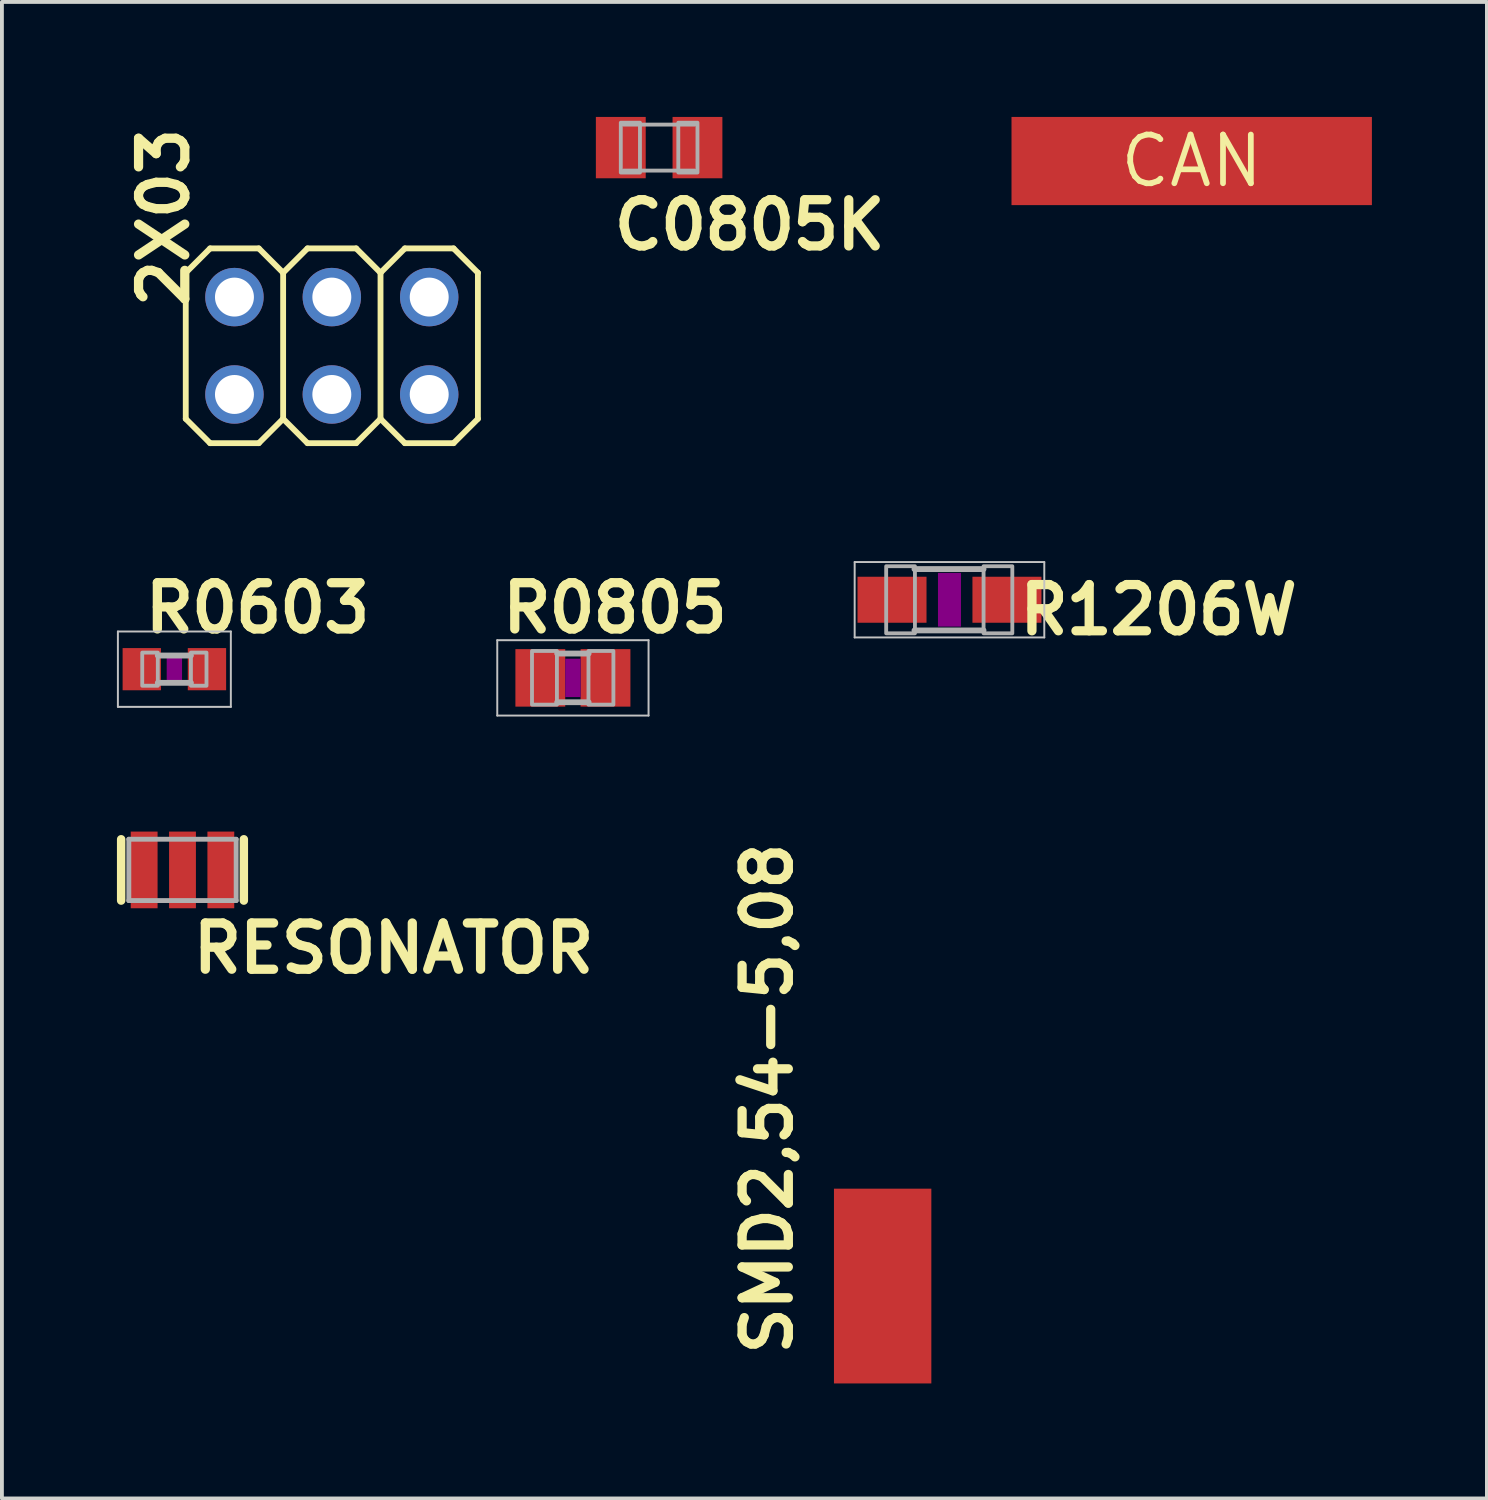
<source format=kicad_pcb>
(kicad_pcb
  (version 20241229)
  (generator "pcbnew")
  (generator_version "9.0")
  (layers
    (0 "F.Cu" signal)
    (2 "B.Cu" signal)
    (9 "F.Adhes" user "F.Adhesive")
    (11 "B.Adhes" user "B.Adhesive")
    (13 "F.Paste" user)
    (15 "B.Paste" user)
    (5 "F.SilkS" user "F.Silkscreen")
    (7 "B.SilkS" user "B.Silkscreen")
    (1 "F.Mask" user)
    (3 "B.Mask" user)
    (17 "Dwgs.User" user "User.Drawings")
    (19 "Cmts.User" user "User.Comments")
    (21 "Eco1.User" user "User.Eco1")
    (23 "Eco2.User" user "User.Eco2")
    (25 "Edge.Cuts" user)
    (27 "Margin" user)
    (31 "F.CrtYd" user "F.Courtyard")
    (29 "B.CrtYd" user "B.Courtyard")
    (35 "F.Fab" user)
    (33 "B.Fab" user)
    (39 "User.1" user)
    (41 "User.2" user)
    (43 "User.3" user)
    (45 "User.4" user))
  (footprint "2X03"
    (layer "F.Cu")
    (at 5.605 5.969)
    (property "Reference" "2X03" (at -3.675 -0.89 90) (layer "F.SilkS") (effects (font (size 1.206 1.206) (thickness 0.241)) (justify left bottom)))
    (attr through_hole)
    (fp_line (start -3.81 -1.905) (end -3.175 -2.54) (stroke (width 0.152) (type solid)) (layer "F.SilkS"))
    (fp_line (start -3.81 1.905) (end -3.81 -1.905) (stroke (width 0.152) (type solid)) (layer "F.SilkS"))
    (fp_line (start -3.81 1.905) (end -3.175 2.54) (stroke (width 0.152) (type solid)) (layer "F.SilkS"))
    (fp_line (start -3.175 -2.54) (end -1.905 -2.54) (stroke (width 0.152) (type solid)) (layer "F.SilkS"))
    (fp_line (start -3.175 2.54) (end -1.905 2.54) (stroke (width 0.152) (type solid)) (layer "F.SilkS"))
    (fp_line (start -1.905 -2.54) (end -1.27 -1.905) (stroke (width 0.152) (type solid)) (layer "F.SilkS"))
    (fp_line (start -1.905 2.54) (end -1.27 1.905) (stroke (width 0.152) (type solid)) (layer "F.SilkS"))
    (fp_line (start -1.27 -1.905) (end -1.27 1.905) (stroke (width 0.152) (type solid)) (layer "F.SilkS"))
    (fp_line (start -1.27 -1.905) (end -0.635 -2.54) (stroke (width 0.152) (type solid)) (layer "F.SilkS"))
    (fp_line (start -1.27 1.905) (end -0.635 2.54) (stroke (width 0.152) (type solid)) (layer "F.SilkS"))
    (fp_line (start -0.635 -2.54) (end 0.635 -2.54) (stroke (width 0.152) (type solid)) (layer "F.SilkS"))
    (fp_line (start -0.635 2.54) (end 0.635 2.54) (stroke (width 0.152) (type solid)) (layer "F.SilkS"))
    (fp_line (start 0.635 -2.54) (end 1.27 -1.905) (stroke (width 0.152) (type solid)) (layer "F.SilkS"))
    (fp_line (start 0.635 2.54) (end 1.27 1.905) (stroke (width 0.152) (type solid)) (layer "F.SilkS"))
    (fp_line (start 1.27 -1.905) (end 1.27 1.905) (stroke (width 0.152) (type solid)) (layer "F.SilkS"))
    (fp_line (start 1.27 -1.905) (end 1.905 -2.54) (stroke (width 0.152) (type solid)) (layer "F.SilkS"))
    (fp_line (start 1.27 1.905) (end 1.905 2.54) (stroke (width 0.152) (type solid)) (layer "F.SilkS"))
    (fp_line (start 1.905 -2.54) (end 3.175 -2.54) (stroke (width 0.152) (type solid)) (layer "F.SilkS"))
    (fp_line (start 1.905 2.54) (end 3.175 2.54) (stroke (width 0.152) (type solid)) (layer "F.SilkS"))
    (fp_line (start 3.175 -2.54) (end 3.81 -1.905) (stroke (width 0.152) (type solid)) (layer "F.SilkS"))
    (fp_line (start 3.175 2.54) (end 3.81 1.905) (stroke (width 0.152) (type solid)) (layer "F.SilkS"))
    (fp_line (start 3.81 -1.905) (end 3.81 1.905) (stroke (width 0.152) (type solid)) (layer "F.SilkS"))
    (fp_poly (pts (xy -2.794 -1.016) (xy -2.286 -1.016) (xy -2.286 -1.524) (xy -2.794 -1.524)) (stroke (width 0.1) (type solid)) (fill no) (layer "F.Fab"))
    (fp_poly (pts (xy -2.794 1.524) (xy -2.286 1.524) (xy -2.286 1.016) (xy -2.794 1.016)) (stroke (width 0.1) (type solid)) (fill no) (layer "F.Fab"))
    (fp_poly (pts (xy -0.254 -1.016) (xy 0.254 -1.016) (xy 0.254 -1.524) (xy -0.254 -1.524)) (stroke (width 0.1) (type solid)) (fill no) (layer "F.Fab"))
    (fp_poly (pts (xy -0.254 1.524) (xy 0.254 1.524) (xy 0.254 1.016) (xy -0.254 1.016)) (stroke (width 0.1) (type solid)) (fill no) (layer "F.Fab"))
    (fp_poly (pts (xy 2.286 -1.016) (xy 2.794 -1.016) (xy 2.794 -1.524) (xy 2.286 -1.524)) (stroke (width 0.1) (type solid)) (fill no) (layer "F.Fab"))
    (fp_poly (pts (xy 2.286 1.524) (xy 2.794 1.524) (xy 2.794 1.016) (xy 2.286 1.016)) (stroke (width 0.1) (type solid)) (fill no) (layer "F.Fab"))
    (pad "1" thru_hole circle (at -2.54 1.27) (size 1.524 1.524) (drill 1.016) (layers "*.Cu" "*.Mask"))
    (pad "2" thru_hole circle (at -2.54 -1.27) (size 1.524 1.524) (drill 1.016) (layers "*.Cu" "*.Mask"))
    (pad "3" thru_hole circle (at 0 1.27) (size 1.524 1.524) (drill 1.016) (layers "*.Cu" "*.Mask"))
    (pad "4" thru_hole circle (at 0 -1.27) (size 1.524 1.524) (drill 1.016) (layers "*.Cu" "*.Mask"))
    (pad "5" thru_hole circle (at 2.54 1.27) (size 1.524 1.524) (drill 1.016) (layers "*.Cu" "*.Mask"))
    (pad "6" thru_hole circle (at 2.54 -1.27) (size 1.524 1.524) (drill 1.016) (layers "*.Cu" "*.Mask")))
  (footprint "R0805"
    (layer "F.Cu")
    (at 11.893 14.631)
    (property "Reference" "R0805" (at -1.962 -1.116 180) (layer "F.SilkS") (effects (font (size 1.206 1.206) (thickness 0.241)) (justify left bottom)))
    (attr through_hole)
    (fp_poly (pts (xy -0.2 0.5) (xy 0.2 0.5) (xy 0.2 -0.5) (xy -0.2 -0.5)) (stroke (width 0) (type solid)) (fill yes) (layer "F.Adhes"))
    (fp_line (start -1.973 -0.983) (end 1.973 -0.983) (stroke (width 0.051) (type solid)) (layer "Dwgs.User"))
    (fp_line (start -1.973 0.983) (end -1.973 -0.983) (stroke (width 0.051) (type solid)) (layer "Dwgs.User"))
    (fp_line (start 1.973 -0.983) (end 1.973 0.983) (stroke (width 0.051) (type solid)) (layer "Dwgs.User"))
    (fp_line (start 1.973 0.983) (end -1.973 0.983) (stroke (width 0.051) (type solid)) (layer "Dwgs.User"))
    (fp_line (start -0.41 -0.635) (end 0.41 -0.635) (stroke (width 0.152) (type solid)) (layer "F.Fab"))
    (fp_line (start -0.41 0.635) (end 0.41 0.635) (stroke (width 0.152) (type solid)) (layer "F.Fab"))
    (fp_poly (pts (xy -1.067 0.699) (xy -0.417 0.699) (xy -0.417 -0.702) (xy -1.067 -0.702)) (stroke (width 0.1) (type solid)) (fill no) (layer "F.Fab"))
    (fp_poly (pts (xy 0.406 0.699) (xy 1.056 0.699) (xy 1.056 -0.702) (xy 0.406 -0.702)) (stroke (width 0.1) (type solid)) (fill no) (layer "F.Fab"))
    (pad "1" smd rect (at -0.85 0) (size 1.3 1.5) (layers "F.Cu" "F.Mask" "F.Paste"))
    (pad "2" smd rect (at 0.85 0) (size 1.3 1.5) (layers "F.Cu" "F.Mask" "F.Paste")))
  (footprint "R1206W"
    (layer "F.Cu")
    (at 21.715 12.593)
    (property "Reference" "R1206W" (at 1.705 0.97 0) (layer "F.SilkS") (effects (font (size 1.206 1.206) (thickness 0.241)) (justify left bottom)))
    (attr through_hole)
    (fp_poly (pts (xy -0.3 0.7) (xy 0.3 0.7) (xy 0.3 -0.7) (xy -0.3 -0.7)) (stroke (width 0) (type solid)) (fill yes) (layer "F.Adhes"))
    (fp_line (start -2.473 -0.983) (end 2.473 -0.983) (stroke (width 0.051) (type solid)) (layer "Dwgs.User"))
    (fp_line (start -2.473 0.983) (end -2.473 -0.983) (stroke (width 0.051) (type solid)) (layer "Dwgs.User"))
    (fp_line (start 2.473 -0.983) (end 2.473 0.983) (stroke (width 0.051) (type solid)) (layer "Dwgs.User"))
    (fp_line (start 2.473 0.983) (end -2.473 0.983) (stroke (width 0.051) (type solid)) (layer "Dwgs.User"))
    (fp_line (start -0.913 -0.8) (end 0.888 -0.8) (stroke (width 0.152) (type solid)) (layer "F.Fab"))
    (fp_line (start -0.913 0.8) (end 0.888 0.8) (stroke (width 0.152) (type solid)) (layer "F.Fab"))
    (fp_poly (pts (xy -1.651 0.876) (xy -0.901 0.876) (xy -0.901 -0.874) (xy -1.651 -0.874)) (stroke (width 0.1) (type solid)) (fill no) (layer "F.Fab"))
    (fp_poly (pts (xy 0.889 0.876) (xy 1.639 0.876) (xy 1.639 -0.874) (xy 0.889 -0.874)) (stroke (width 0.1) (type solid)) (fill no) (layer "F.Fab"))
    (pad "1" smd rect (at -1.499 0) (size 1.8 1.2) (layers "F.Cu" "F.Mask" "F.Paste"))
    (pad "2" smd rect (at 1.499 0) (size 1.8 1.2) (layers "F.Cu" "F.Mask" "F.Paste")))
  (footprint "RESONATOR"
    (layer "F.Cu")
    (at 1.71 19.64)
    (property "Reference" "RESONATOR" (at 0.15 2.75 180) (layer "F.SilkS") (effects (font (size 1.206 1.206) (thickness 0.241)) (justify left bottom)))
    (attr through_hole)
    (fp_line (start -1.6 -0.8) (end -1.6 0.8) (stroke (width 0.22) (type solid)) (layer "F.SilkS"))
    (fp_line (start 1.6 -0.8) (end 1.6 0.8) (stroke (width 0.22) (type solid)) (layer "F.SilkS"))
    (fp_line (start -1.4 -0.8) (end 1.4 -0.8) (stroke (width 0.127) (type solid)) (layer "F.Fab"))
    (fp_line (start -1.4 0.8) (end -1.4 -0.8) (stroke (width 0.127) (type solid)) (layer "F.Fab"))
    (fp_line (start 1.4 -0.8) (end 1.4 0.8) (stroke (width 0.127) (type solid)) (layer "F.Fab"))
    (fp_line (start 1.4 0.8) (end -1.4 0.8) (stroke (width 0.127) (type solid)) (layer "F.Fab"))
    (pad "1" smd rect (at -1 0 90) (size 2 0.7) (layers "F.Cu" "F.Mask" "F.Paste"))
    (pad "2" smd rect (at 0 0 90) (size 2 0.7) (layers "F.Cu" "F.Mask" "F.Paste"))
    (pad "3" smd rect (at 1 0 90) (size 2 0.7) (layers "F.Cu" "F.Mask" "F.Paste")))
  (footprint "CAN"
    (layer "F.Cu")
    (at 28.033 1.15)
    (property "Reference" "CAN" (at 0 0 0) (layer "F.SilkS") (effects (font (size 1.27 1.27) (thickness 0.15))))
    (attr through_hole)
    (pad "P$1" smd rect (at 0 0) (size 9.4 2.3) (layers "F.Cu" "F.Mask" "F.Paste")))
  (footprint "SMD2,54-5,08"
    (layer "F.Cu")
    (at 19.972 30.494)
    (property "Reference" "SMD2,54-5,08" (at -2.3 1.9 270) (layer "F.SilkS") (effects (font (size 1.206 1.206) (thickness 0.241)) (justify left bottom)))
    (attr through_hole)
    (pad "1" smd rect (at 0 0) (size 2.54 5.08) (layers "F.Cu" "F.Mask" "F.Paste")))
  (footprint "R0603"
    (layer "F.Cu")
    (at 1.498 14.404)
    (property "Reference" "R0603" (at -0.889 -0.889 180) (layer "F.SilkS") (effects (font (size 1.206 1.206) (thickness 0.241)) (justify left bottom)))
    (attr through_hole)
    (fp_poly (pts (xy -0.2 0.4) (xy 0.2 0.4) (xy 0.2 -0.4) (xy -0.2 -0.4)) (stroke (width 0) (type solid)) (fill yes) (layer "F.Adhes"))
    (fp_line (start -1.473 -0.983) (end 1.473 -0.983) (stroke (width 0.051) (type solid)) (layer "Dwgs.User"))
    (fp_line (start -1.473 0.983) (end -1.473 -0.983) (stroke (width 0.051) (type solid)) (layer "Dwgs.User"))
    (fp_line (start 1.473 -0.983) (end 1.473 0.983) (stroke (width 0.051) (type solid)) (layer "Dwgs.User"))
    (fp_line (start 1.473 0.983) (end -1.473 0.983) (stroke (width 0.051) (type solid)) (layer "Dwgs.User"))
    (fp_line (start -0.432 0.356) (end 0.432 0.356) (stroke (width 0.152) (type solid)) (layer "F.Fab"))
    (fp_line (start 0.432 -0.356) (end -0.432 -0.356) (stroke (width 0.152) (type solid)) (layer "F.Fab"))
    (fp_poly (pts (xy -0.838 0.432) (xy -0.432 0.432) (xy -0.432 -0.432) (xy -0.838 -0.432)) (stroke (width 0.1) (type solid)) (fill no) (layer "F.Fab"))
    (fp_poly (pts (xy 0.432 0.432) (xy 0.838 0.432) (xy 0.838 -0.432) (xy 0.432 -0.432)) (stroke (width 0.1) (type solid)) (fill no) (layer "F.Fab"))
    (pad "1" smd rect (at -0.85 0) (size 1 1.1) (layers "F.Cu" "F.Mask" "F.Paste"))
    (pad "2" smd rect (at 0.85 0) (size 1 1.1) (layers "F.Cu" "F.Mask" "F.Paste")))
  (footprint "C0805K"
    (layer "F.Cu")
    (at 14.142 0.8)
    (property "Reference" "C0805K" (at -1.3 2.725 180) (layer "F.SilkS") (effects (font (size 1.206 1.206) (thickness 0.241)) (justify left bottom)))
    (attr through_hole)
    (fp_line (start -0.925 -0.6) (end 0.925 -0.6) (stroke (width 0.102) (type solid)) (layer "F.Fab"))
    (fp_line (start 0.925 0.6) (end -0.925 0.6) (stroke (width 0.102) (type solid)) (layer "F.Fab"))
    (fp_poly (pts (xy -1 0.65) (xy -0.5 0.65) (xy -0.5 -0.65) (xy -1 -0.65)) (stroke (width 0.1) (type solid)) (fill no) (layer "F.Fab"))
    (fp_poly (pts (xy 0.5 0.65) (xy 1 0.65) (xy 1 -0.65) (xy 0.5 -0.65)) (stroke (width 0.1) (type solid)) (fill no) (layer "F.Fab"))
    (pad "1" smd rect (at -1 0) (size 1.3 1.6) (layers "F.Cu" "F.Mask" "F.Paste"))
    (pad "2" smd rect (at 1 0) (size 1.3 1.6) (layers "F.Cu" "F.Mask" "F.Paste")))
  (gr_rect
    (start -3 -3)
    (end 35.733 36.034)
    (stroke (width 0.1) (type default))
    (fill no)
    (layer "Edge.Cuts")))
</source>
